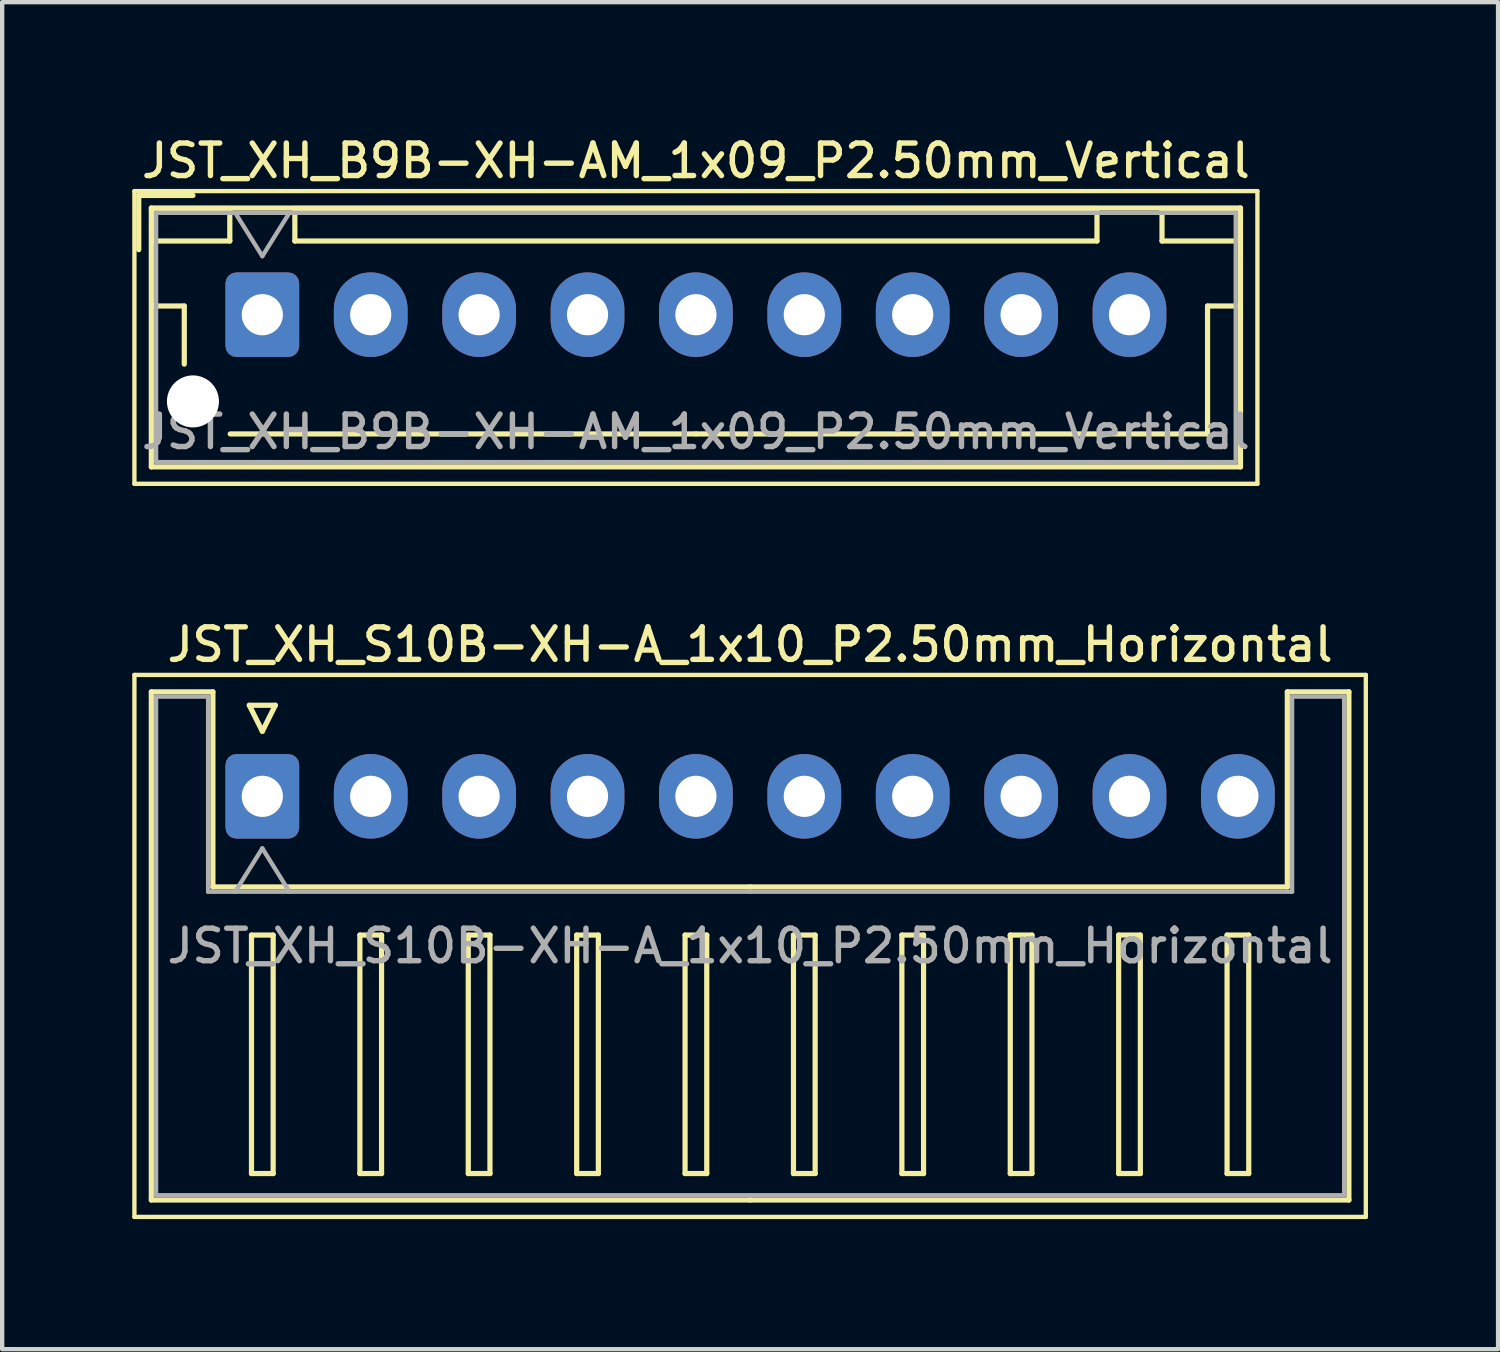
<source format=kicad_pcb>
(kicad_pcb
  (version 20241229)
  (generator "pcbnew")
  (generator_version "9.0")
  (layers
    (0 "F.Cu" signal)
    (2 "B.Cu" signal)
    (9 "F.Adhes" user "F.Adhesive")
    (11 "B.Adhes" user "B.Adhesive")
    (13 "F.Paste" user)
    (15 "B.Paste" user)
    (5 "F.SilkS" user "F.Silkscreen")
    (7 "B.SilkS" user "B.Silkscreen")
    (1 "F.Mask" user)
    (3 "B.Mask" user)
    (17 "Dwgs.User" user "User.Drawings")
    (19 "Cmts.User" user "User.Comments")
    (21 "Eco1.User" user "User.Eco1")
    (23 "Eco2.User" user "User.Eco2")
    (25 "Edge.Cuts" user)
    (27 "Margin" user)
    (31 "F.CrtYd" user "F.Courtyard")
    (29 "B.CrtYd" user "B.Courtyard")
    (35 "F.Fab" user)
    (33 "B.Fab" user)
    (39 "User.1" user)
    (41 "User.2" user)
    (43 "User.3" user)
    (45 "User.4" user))
  (footprint "JST_XH_B9B-XH-AM_1x09_P2.50mm_Vertical"
    (layer "F.Cu")
    (at 3 4.208)
    (property "Reference" "JST_XH_B9B-XH-AM_1x09_P2.50mm_Vertical" (at 10 -3.55 0) (layer "F.SilkS") (effects (font (size 0.75 0.75) (thickness 0.125))))
    (attr through_hole)
    (fp_line (start -2.95 -2.85) (end -2.95 3.9) (stroke (width 0.1) (type solid)) (layer "F.SilkS"))
    (fp_line (start -2.95 3.9) (end 22.95 3.9) (stroke (width 0.1) (type solid)) (layer "F.SilkS"))
    (fp_line (start -2.85 -2.75) (end -2.85 -1.5) (stroke (width 0.12) (type solid)) (layer "F.SilkS"))
    (fp_line (start -2.56 -2.46) (end -2.56 3.51) (stroke (width 0.12) (type solid)) (layer "F.SilkS"))
    (fp_line (start -2.56 3.51) (end 22.56 3.51) (stroke (width 0.12) (type solid)) (layer "F.SilkS"))
    (fp_line (start -2.55 -2.45) (end -2.55 -1.7) (stroke (width 0.12) (type solid)) (layer "F.SilkS"))
    (fp_line (start -2.55 -1.7) (end -0.75 -1.7) (stroke (width 0.12) (type solid)) (layer "F.SilkS"))
    (fp_line (start -2.55 -0.2) (end -1.8 -0.2) (stroke (width 0.12) (type solid)) (layer "F.SilkS"))
    (fp_line (start -1.8 -0.2) (end -1.8 1.14) (stroke (width 0.12) (type solid)) (layer "F.SilkS"))
    (fp_line (start -1.6 -2.75) (end -2.85 -2.75) (stroke (width 0.12) (type solid)) (layer "F.SilkS"))
    (fp_line (start -0.75 -2.45) (end -2.55 -2.45) (stroke (width 0.12) (type solid)) (layer "F.SilkS"))
    (fp_line (start -0.75 -1.7) (end -0.75 -2.45) (stroke (width 0.12) (type solid)) (layer "F.SilkS"))
    (fp_line (start 0.75 -2.45) (end 0.75 -1.7) (stroke (width 0.12) (type solid)) (layer "F.SilkS"))
    (fp_line (start 0.75 -1.7) (end 19.25 -1.7) (stroke (width 0.12) (type solid)) (layer "F.SilkS"))
    (fp_line (start 10 2.75) (end -0.74 2.75) (stroke (width 0.12) (type solid)) (layer "F.SilkS"))
    (fp_line (start 19.25 -2.45) (end 0.75 -2.45) (stroke (width 0.12) (type solid)) (layer "F.SilkS"))
    (fp_line (start 19.25 -1.7) (end 19.25 -2.45) (stroke (width 0.12) (type solid)) (layer "F.SilkS"))
    (fp_line (start 20.75 -2.45) (end 20.75 -1.7) (stroke (width 0.12) (type solid)) (layer "F.SilkS"))
    (fp_line (start 20.75 -1.7) (end 22.55 -1.7) (stroke (width 0.12) (type solid)) (layer "F.SilkS"))
    (fp_line (start 21.8 -0.2) (end 21.8 2.75) (stroke (width 0.12) (type solid)) (layer "F.SilkS"))
    (fp_line (start 21.8 2.75) (end 10 2.75) (stroke (width 0.12) (type solid)) (layer "F.SilkS"))
    (fp_line (start 22.55 -2.45) (end 20.75 -2.45) (stroke (width 0.12) (type solid)) (layer "F.SilkS"))
    (fp_line (start 22.55 -1.7) (end 22.55 -2.45) (stroke (width 0.12) (type solid)) (layer "F.SilkS"))
    (fp_line (start 22.55 -0.2) (end 21.8 -0.2) (stroke (width 0.12) (type solid)) (layer "F.SilkS"))
    (fp_line (start 22.56 -2.46) (end -2.56 -2.46) (stroke (width 0.12) (type solid)) (layer "F.SilkS"))
    (fp_line (start 22.56 3.51) (end 22.56 -2.46) (stroke (width 0.12) (type solid)) (layer "F.SilkS"))
    (fp_line (start 22.95 -2.85) (end -2.95 -2.85) (stroke (width 0.1) (type solid)) (layer "F.SilkS"))
    (fp_line (start 22.95 3.9) (end 22.95 -2.85) (stroke (width 0.1) (type solid)) (layer "F.SilkS"))
    (fp_line (start -2.45 -2.35) (end -2.45 3.4) (stroke (width 0.1) (type solid)) (layer "F.Fab"))
    (fp_line (start -2.45 3.4) (end 22.45 3.4) (stroke (width 0.1) (type solid)) (layer "F.Fab"))
    (fp_line (start -0.625 -2.35) (end 0 -1.35) (stroke (width 0.1) (type solid)) (layer "F.Fab"))
    (fp_line (start 0 -1.35) (end 0.625 -2.35) (stroke (width 0.1) (type solid)) (layer "F.Fab"))
    (fp_line (start 22.45 -2.35) (end -2.45 -2.35) (stroke (width 0.1) (type solid)) (layer "F.Fab"))
    (fp_line (start 22.45 3.4) (end 22.45 -2.35) (stroke (width 0.1) (type solid)) (layer "F.Fab"))
    (fp_text user "${REFERENCE}" (at 10 2.7 0) (layer "F.Fab") (effects (font (size 0.75 0.75) (thickness 0.125))))
    (pad "" np_thru_hole circle (at -1.6 2) (size 1.2 1.2) (drill 1.2) (layers "*.Cu" "*.Mask"))
    (pad "1" thru_hole roundrect (at 0 0) (size 1.7 1.95) (drill 0.95) (layers "*.Cu" "*.Mask") (roundrect_rratio 0.147))
    (pad "2" thru_hole oval (at 2.5 0) (size 1.7 1.95) (drill 0.95) (layers "*.Cu" "*.Mask"))
    (pad "3" thru_hole oval (at 5 0) (size 1.7 1.95) (drill 0.95) (layers "*.Cu" "*.Mask"))
    (pad "4" thru_hole oval (at 7.5 0) (size 1.7 1.95) (drill 0.95) (layers "*.Cu" "*.Mask"))
    (pad "5" thru_hole oval (at 10 0) (size 1.7 1.95) (drill 0.95) (layers "*.Cu" "*.Mask"))
    (pad "6" thru_hole oval (at 12.5 0) (size 1.7 1.95) (drill 0.95) (layers "*.Cu" "*.Mask"))
    (pad "7" thru_hole oval (at 15 0) (size 1.7 1.95) (drill 0.95) (layers "*.Cu" "*.Mask"))
    (pad "8" thru_hole oval (at 17.5 0) (size 1.7 1.95) (drill 0.95) (layers "*.Cu" "*.Mask"))
    (pad "9" thru_hole oval (at 20 0) (size 1.7 1.95) (drill 0.95) (layers "*.Cu" "*.Mask")))
  (footprint "JST_XH_S10B-XH-A_1x10_P2.50mm_Horizontal"
    (layer "F.Cu")
    (at 3 15.316)
    (property "Reference" "JST_XH_S10B-XH-A_1x10_P2.50mm_Horizontal" (at 11.25 -3.5 0) (layer "F.SilkS") (effects (font (size 0.75 0.75) (thickness 0.125))))
    (attr through_hole)
    (fp_line (start -2.95 -2.8) (end -2.95 9.7) (stroke (width 0.1) (type solid)) (layer "F.SilkS"))
    (fp_line (start -2.95 9.7) (end 25.45 9.7) (stroke (width 0.1) (type solid)) (layer "F.SilkS"))
    (fp_line (start -2.56 -2.41) (end -1.14 -2.41) (stroke (width 0.12) (type solid)) (layer "F.SilkS"))
    (fp_line (start -2.56 9.31) (end -2.56 -2.41) (stroke (width 0.12) (type solid)) (layer "F.SilkS"))
    (fp_line (start -1.14 -2.41) (end -1.14 2.09) (stroke (width 0.12) (type solid)) (layer "F.SilkS"))
    (fp_line (start -1.14 2.09) (end 11.25 2.09) (stroke (width 0.12) (type solid)) (layer "F.SilkS"))
    (fp_line (start -0.3 -2.1) (end 0.3 -2.1) (stroke (width 0.12) (type solid)) (layer "F.SilkS"))
    (fp_line (start -0.25 3.2) (end -0.25 8.7) (stroke (width 0.12) (type solid)) (layer "F.SilkS"))
    (fp_line (start -0.25 8.7) (end 0.25 8.7) (stroke (width 0.12) (type solid)) (layer "F.SilkS"))
    (fp_line (start 0 -1.5) (end -0.3 -2.1) (stroke (width 0.12) (type solid)) (layer "F.SilkS"))
    (fp_line (start 0.25 3.2) (end -0.25 3.2) (stroke (width 0.12) (type solid)) (layer "F.SilkS"))
    (fp_line (start 0.25 8.7) (end 0.25 3.2) (stroke (width 0.12) (type solid)) (layer "F.SilkS"))
    (fp_line (start 0.3 -2.1) (end 0 -1.5) (stroke (width 0.12) (type solid)) (layer "F.SilkS"))
    (fp_line (start 2.25 3.2) (end 2.25 8.7) (stroke (width 0.12) (type solid)) (layer "F.SilkS"))
    (fp_line (start 2.25 8.7) (end 2.75 8.7) (stroke (width 0.12) (type solid)) (layer "F.SilkS"))
    (fp_line (start 2.75 3.2) (end 2.25 3.2) (stroke (width 0.12) (type solid)) (layer "F.SilkS"))
    (fp_line (start 2.75 8.7) (end 2.75 3.2) (stroke (width 0.12) (type solid)) (layer "F.SilkS"))
    (fp_line (start 4.75 3.2) (end 4.75 8.7) (stroke (width 0.12) (type solid)) (layer "F.SilkS"))
    (fp_line (start 4.75 8.7) (end 5.25 8.7) (stroke (width 0.12) (type solid)) (layer "F.SilkS"))
    (fp_line (start 5.25 3.2) (end 4.75 3.2) (stroke (width 0.12) (type solid)) (layer "F.SilkS"))
    (fp_line (start 5.25 8.7) (end 5.25 3.2) (stroke (width 0.12) (type solid)) (layer "F.SilkS"))
    (fp_line (start 7.25 3.2) (end 7.25 8.7) (stroke (width 0.12) (type solid)) (layer "F.SilkS"))
    (fp_line (start 7.25 8.7) (end 7.75 8.7) (stroke (width 0.12) (type solid)) (layer "F.SilkS"))
    (fp_line (start 7.75 3.2) (end 7.25 3.2) (stroke (width 0.12) (type solid)) (layer "F.SilkS"))
    (fp_line (start 7.75 8.7) (end 7.75 3.2) (stroke (width 0.12) (type solid)) (layer "F.SilkS"))
    (fp_line (start 9.75 3.2) (end 9.75 8.7) (stroke (width 0.12) (type solid)) (layer "F.SilkS"))
    (fp_line (start 9.75 8.7) (end 10.25 8.7) (stroke (width 0.12) (type solid)) (layer "F.SilkS"))
    (fp_line (start 10.25 3.2) (end 9.75 3.2) (stroke (width 0.12) (type solid)) (layer "F.SilkS"))
    (fp_line (start 10.25 8.7) (end 10.25 3.2) (stroke (width 0.12) (type solid)) (layer "F.SilkS"))
    (fp_line (start 11.25 9.31) (end -2.56 9.31) (stroke (width 0.12) (type solid)) (layer "F.SilkS"))
    (fp_line (start 11.25 9.31) (end 25.06 9.31) (stroke (width 0.12) (type solid)) (layer "F.SilkS"))
    (fp_line (start 12.25 3.2) (end 12.25 8.7) (stroke (width 0.12) (type solid)) (layer "F.SilkS"))
    (fp_line (start 12.25 8.7) (end 12.75 8.7) (stroke (width 0.12) (type solid)) (layer "F.SilkS"))
    (fp_line (start 12.75 3.2) (end 12.25 3.2) (stroke (width 0.12) (type solid)) (layer "F.SilkS"))
    (fp_line (start 12.75 8.7) (end 12.75 3.2) (stroke (width 0.12) (type solid)) (layer "F.SilkS"))
    (fp_line (start 14.75 3.2) (end 14.75 8.7) (stroke (width 0.12) (type solid)) (layer "F.SilkS"))
    (fp_line (start 14.75 8.7) (end 15.25 8.7) (stroke (width 0.12) (type solid)) (layer "F.SilkS"))
    (fp_line (start 15.25 3.2) (end 14.75 3.2) (stroke (width 0.12) (type solid)) (layer "F.SilkS"))
    (fp_line (start 15.25 8.7) (end 15.25 3.2) (stroke (width 0.12) (type solid)) (layer "F.SilkS"))
    (fp_line (start 17.25 3.2) (end 17.25 8.7) (stroke (width 0.12) (type solid)) (layer "F.SilkS"))
    (fp_line (start 17.25 8.7) (end 17.75 8.7) (stroke (width 0.12) (type solid)) (layer "F.SilkS"))
    (fp_line (start 17.75 3.2) (end 17.25 3.2) (stroke (width 0.12) (type solid)) (layer "F.SilkS"))
    (fp_line (start 17.75 8.7) (end 17.75 3.2) (stroke (width 0.12) (type solid)) (layer "F.SilkS"))
    (fp_line (start 19.75 3.2) (end 19.75 8.7) (stroke (width 0.12) (type solid)) (layer "F.SilkS"))
    (fp_line (start 19.75 8.7) (end 20.25 8.7) (stroke (width 0.12) (type solid)) (layer "F.SilkS"))
    (fp_line (start 20.25 3.2) (end 19.75 3.2) (stroke (width 0.12) (type solid)) (layer "F.SilkS"))
    (fp_line (start 20.25 8.7) (end 20.25 3.2) (stroke (width 0.12) (type solid)) (layer "F.SilkS"))
    (fp_line (start 22.25 3.2) (end 22.25 8.7) (stroke (width 0.12) (type solid)) (layer "F.SilkS"))
    (fp_line (start 22.25 8.7) (end 22.75 8.7) (stroke (width 0.12) (type solid)) (layer "F.SilkS"))
    (fp_line (start 22.75 3.2) (end 22.25 3.2) (stroke (width 0.12) (type solid)) (layer "F.SilkS"))
    (fp_line (start 22.75 8.7) (end 22.75 3.2) (stroke (width 0.12) (type solid)) (layer "F.SilkS"))
    (fp_line (start 23.64 -2.41) (end 23.64 2.09) (stroke (width 0.12) (type solid)) (layer "F.SilkS"))
    (fp_line (start 23.64 2.09) (end 11.25 2.09) (stroke (width 0.12) (type solid)) (layer "F.SilkS"))
    (fp_line (start 25.06 -2.41) (end 23.64 -2.41) (stroke (width 0.12) (type solid)) (layer "F.SilkS"))
    (fp_line (start 25.06 9.31) (end 25.06 -2.41) (stroke (width 0.12) (type solid)) (layer "F.SilkS"))
    (fp_line (start 25.45 -2.8) (end -2.95 -2.8) (stroke (width 0.1) (type solid)) (layer "F.SilkS"))
    (fp_line (start 25.45 9.7) (end 25.45 -2.8) (stroke (width 0.1) (type solid)) (layer "F.SilkS"))
    (fp_line (start -2.45 -2.3) (end -1.25 -2.3) (stroke (width 0.1) (type solid)) (layer "F.Fab"))
    (fp_line (start -2.45 9.2) (end -2.45 -2.3) (stroke (width 0.1) (type solid)) (layer "F.Fab"))
    (fp_line (start -1.25 -2.3) (end -1.25 2.2) (stroke (width 0.1) (type solid)) (layer "F.Fab"))
    (fp_line (start -1.25 2.2) (end 11.25 2.2) (stroke (width 0.1) (type solid)) (layer "F.Fab"))
    (fp_line (start -0.625 2.2) (end 0 1.2) (stroke (width 0.1) (type solid)) (layer "F.Fab"))
    (fp_line (start 0 1.2) (end 0.625 2.2) (stroke (width 0.1) (type solid)) (layer "F.Fab"))
    (fp_line (start 11.25 9.2) (end -2.45 9.2) (stroke (width 0.1) (type solid)) (layer "F.Fab"))
    (fp_line (start 11.25 9.2) (end 24.95 9.2) (stroke (width 0.1) (type solid)) (layer "F.Fab"))
    (fp_line (start 23.75 -2.3) (end 23.75 2.2) (stroke (width 0.1) (type solid)) (layer "F.Fab"))
    (fp_line (start 23.75 2.2) (end 11.25 2.2) (stroke (width 0.1) (type solid)) (layer "F.Fab"))
    (fp_line (start 24.95 -2.3) (end 23.75 -2.3) (stroke (width 0.1) (type solid)) (layer "F.Fab"))
    (fp_line (start 24.95 9.2) (end 24.95 -2.3) (stroke (width 0.1) (type solid)) (layer "F.Fab"))
    (fp_text user "${REFERENCE}" (at 11.25 3.45 0) (layer "F.Fab") (effects (font (size 0.75 0.75) (thickness 0.125))))
    (pad "1" thru_hole roundrect (at 0 0) (size 1.7 1.95) (drill 0.95) (layers "*.Cu" "*.Mask") (roundrect_rratio 0.147))
    (pad "2" thru_hole oval (at 2.5 0) (size 1.7 1.95) (drill 0.95) (layers "*.Cu" "*.Mask"))
    (pad "3" thru_hole oval (at 5 0) (size 1.7 1.95) (drill 0.95) (layers "*.Cu" "*.Mask"))
    (pad "4" thru_hole oval (at 7.5 0) (size 1.7 1.95) (drill 0.95) (layers "*.Cu" "*.Mask"))
    (pad "5" thru_hole oval (at 10 0) (size 1.7 1.95) (drill 0.95) (layers "*.Cu" "*.Mask"))
    (pad "6" thru_hole oval (at 12.5 0) (size 1.7 1.95) (drill 0.95) (layers "*.Cu" "*.Mask"))
    (pad "7" thru_hole oval (at 15 0) (size 1.7 1.95) (drill 0.95) (layers "*.Cu" "*.Mask"))
    (pad "8" thru_hole oval (at 17.5 0) (size 1.7 1.95) (drill 0.95) (layers "*.Cu" "*.Mask"))
    (pad "9" thru_hole oval (at 20 0) (size 1.7 1.95) (drill 0.95) (layers "*.Cu" "*.Mask"))
    (pad "10" thru_hole oval (at 22.5 0) (size 1.7 1.95) (drill 0.95) (layers "*.Cu" "*.Mask")))
  (gr_rect
    (start -3 -3)
    (end 31.5 28.066)
    (stroke (width 0.1) (type default))
    (fill no)
    (layer "Edge.Cuts")))
</source>
